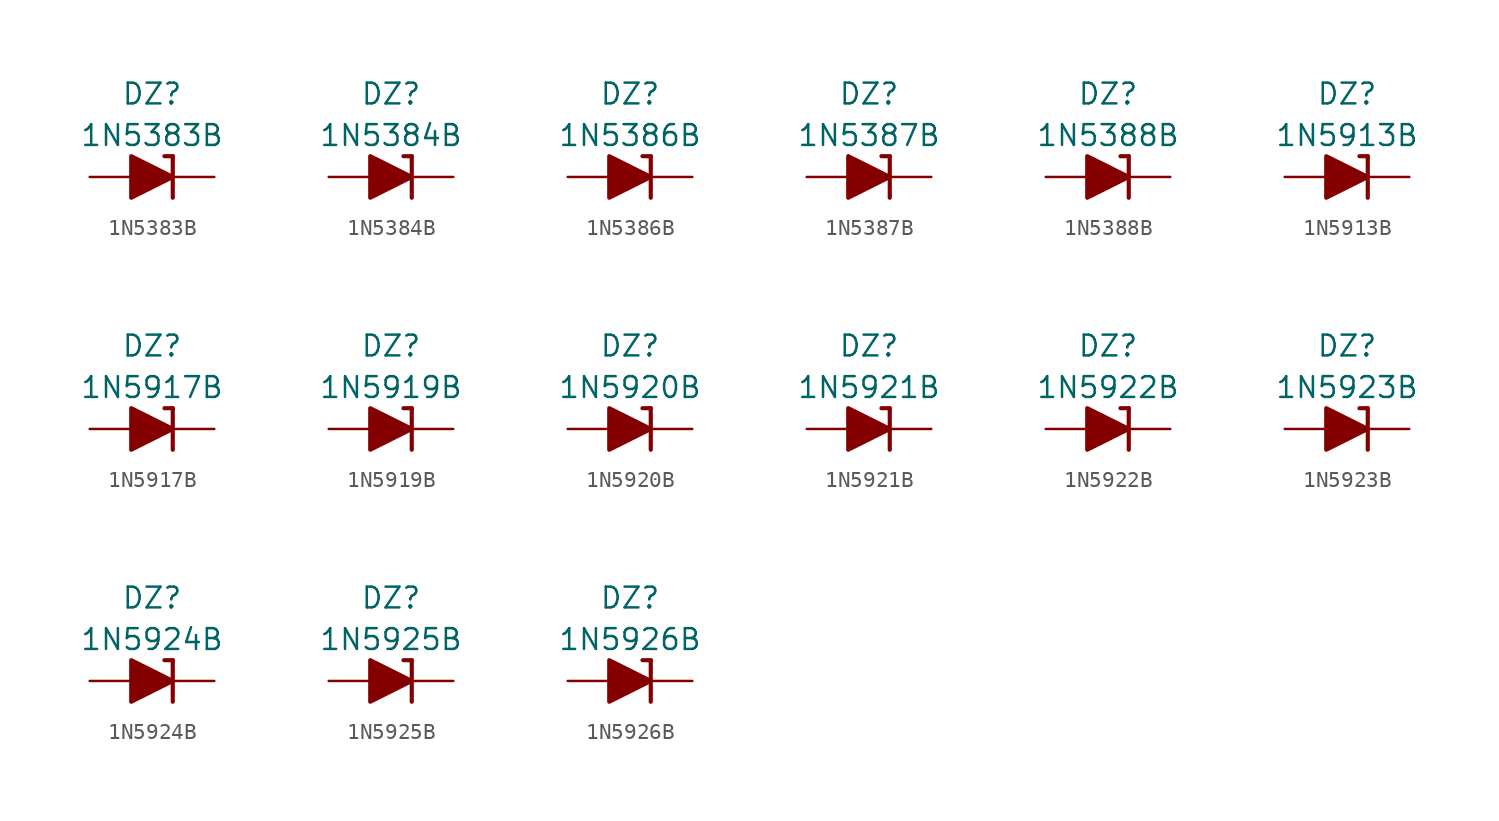
<source format=kicad_sym>
(kicad_symbol_lib
  (version 20211014)
  (generator kicad_symbol_editor)
  (symbol "1N5383B"
    (pin_numbers hide)
    (pin_names
      (offset 1.016) hide)
    (property "Reference" "DZ"
      (at 0 5.08 0)
      (effects (font (size 1.27 1.27))))
    (property "Value" "1N5383B"
      (at 0 2.54 0)
      (effects (font (size 1.27 1.27))))
    (symbol "1N5383B_0_1"
      (polyline (pts (xy -1.27 0) (xy 1.27 0)) (stroke (width 0) (type default) (color 0 0 0 0)) (fill (type none)))
      (polyline (pts (xy 1.27 1.27) (xy 0.762 1.27)) (stroke (width 0.254) (type default) (color 0 0 0 0)) (fill (type none)))
      (polyline (pts (xy 1.27 1.27) (xy 1.27 -1.27)) (stroke (width 0.254) (type default) (color 0 0 0 0)) (fill (type none)))
      (polyline (pts (xy -1.27 -1.27) (xy -1.27 1.27) (xy 1.27 0) (xy -1.27 -1.27)) (stroke (width 0.254) (type default) (color 0 0 0 0)) (fill (type outline))))
    (symbol "1N5383B_1_1"
      (pin passive line (at 3.81 0 180) (length 2.54) (name "K" (effects (font (size 1.27 1.27)))) (number "1" (effects (font (size 1.27 1.27)))))
      (pin passive line (at -3.81 0 0) (length 2.54) (name "A" (effects (font (size 1.27 1.27)))) (number "2" (effects (font (size 1.27 1.27)))))))
  (symbol "1N5384B"
    (pin_numbers hide)
    (pin_names
      (offset 1.016) hide)
    (property "Reference" "DZ"
      (at 0 5.08 0)
      (effects (font (size 1.27 1.27))))
    (property "Value" "1N5384B"
      (at 0 2.54 0)
      (effects (font (size 1.27 1.27))))
    (symbol "1N5384B_0_1"
      (polyline (pts (xy -1.27 0) (xy 1.27 0)) (stroke (width 0) (type default) (color 0 0 0 0)) (fill (type none)))
      (polyline (pts (xy 1.27 1.27) (xy 0.762 1.27)) (stroke (width 0.254) (type default) (color 0 0 0 0)) (fill (type none)))
      (polyline (pts (xy 1.27 1.27) (xy 1.27 -1.27)) (stroke (width 0.254) (type default) (color 0 0 0 0)) (fill (type none)))
      (polyline (pts (xy -1.27 -1.27) (xy -1.27 1.27) (xy 1.27 0) (xy -1.27 -1.27)) (stroke (width 0.254) (type default) (color 0 0 0 0)) (fill (type outline))))
    (symbol "1N5384B_1_1"
      (pin passive line (at 3.81 0 180) (length 2.54) (name "K" (effects (font (size 1.27 1.27)))) (number "1" (effects (font (size 1.27 1.27)))))
      (pin passive line (at -3.81 0 0) (length 2.54) (name "A" (effects (font (size 1.27 1.27)))) (number "2" (effects (font (size 1.27 1.27)))))))
  (symbol "1N5386B"
    (pin_numbers hide)
    (pin_names
      (offset 1.016) hide)
    (property "Reference" "DZ"
      (at 0 5.08 0)
      (effects (font (size 1.27 1.27))))
    (property "Value" "1N5386B"
      (at 0 2.54 0)
      (effects (font (size 1.27 1.27))))
    (symbol "1N5386B_0_1"
      (polyline (pts (xy -1.27 0) (xy 1.27 0)) (stroke (width 0) (type default) (color 0 0 0 0)) (fill (type none)))
      (polyline (pts (xy 1.27 1.27) (xy 0.762 1.27)) (stroke (width 0.254) (type default) (color 0 0 0 0)) (fill (type none)))
      (polyline (pts (xy 1.27 1.27) (xy 1.27 -1.27)) (stroke (width 0.254) (type default) (color 0 0 0 0)) (fill (type none)))
      (polyline (pts (xy -1.27 -1.27) (xy -1.27 1.27) (xy 1.27 0) (xy -1.27 -1.27)) (stroke (width 0.254) (type default) (color 0 0 0 0)) (fill (type outline))))
    (symbol "1N5386B_1_1"
      (pin passive line (at 3.81 0 180) (length 2.54) (name "K" (effects (font (size 1.27 1.27)))) (number "1" (effects (font (size 1.27 1.27)))))
      (pin passive line (at -3.81 0 0) (length 2.54) (name "A" (effects (font (size 1.27 1.27)))) (number "2" (effects (font (size 1.27 1.27)))))))
  (symbol "1N5387B"
    (pin_numbers hide)
    (pin_names
      (offset 1.016) hide)
    (property "Reference" "DZ"
      (at 0 5.08 0)
      (effects (font (size 1.27 1.27))))
    (property "Value" "1N5387B"
      (at 0 2.54 0)
      (effects (font (size 1.27 1.27))))
    (symbol "1N5387B_0_1"
      (polyline (pts (xy -1.27 0) (xy 1.27 0)) (stroke (width 0) (type default) (color 0 0 0 0)) (fill (type none)))
      (polyline (pts (xy 1.27 1.27) (xy 0.762 1.27)) (stroke (width 0.254) (type default) (color 0 0 0 0)) (fill (type none)))
      (polyline (pts (xy 1.27 1.27) (xy 1.27 -1.27)) (stroke (width 0.254) (type default) (color 0 0 0 0)) (fill (type none)))
      (polyline (pts (xy -1.27 -1.27) (xy -1.27 1.27) (xy 1.27 0) (xy -1.27 -1.27)) (stroke (width 0.254) (type default) (color 0 0 0 0)) (fill (type outline))))
    (symbol "1N5387B_1_1"
      (pin passive line (at 3.81 0 180) (length 2.54) (name "K" (effects (font (size 1.27 1.27)))) (number "1" (effects (font (size 1.27 1.27)))))
      (pin passive line (at -3.81 0 0) (length 2.54) (name "A" (effects (font (size 1.27 1.27)))) (number "2" (effects (font (size 1.27 1.27)))))))
  (symbol "1N5388B"
    (pin_numbers hide)
    (pin_names
      (offset 1.016) hide)
    (property "Reference" "DZ"
      (at 0 5.08 0)
      (effects (font (size 1.27 1.27))))
    (property "Value" "1N5388B"
      (at 0 2.54 0)
      (effects (font (size 1.27 1.27))))
    (symbol "1N5388B_0_1"
      (polyline (pts (xy -1.27 0) (xy 1.27 0)) (stroke (width 0) (type default) (color 0 0 0 0)) (fill (type none)))
      (polyline (pts (xy 1.27 1.27) (xy 0.762 1.27)) (stroke (width 0.254) (type default) (color 0 0 0 0)) (fill (type none)))
      (polyline (pts (xy 1.27 1.27) (xy 1.27 -1.27)) (stroke (width 0.254) (type default) (color 0 0 0 0)) (fill (type none)))
      (polyline (pts (xy -1.27 -1.27) (xy -1.27 1.27) (xy 1.27 0) (xy -1.27 -1.27)) (stroke (width 0.254) (type default) (color 0 0 0 0)) (fill (type outline))))
    (symbol "1N5388B_1_1"
      (pin passive line (at 3.81 0 180) (length 2.54) (name "K" (effects (font (size 1.27 1.27)))) (number "1" (effects (font (size 1.27 1.27)))))
      (pin passive line (at -3.81 0 0) (length 2.54) (name "A" (effects (font (size 1.27 1.27)))) (number "2" (effects (font (size 1.27 1.27)))))))
  (symbol "1N5913B"
    (pin_numbers hide)
    (pin_names
      (offset 1.016) hide)
    (property "Reference" "DZ"
      (at 0 5.08 0)
      (effects (font (size 1.27 1.27))))
    (property "Value" "1N5913B"
      (at 0 2.54 0)
      (effects (font (size 1.27 1.27))))
    (symbol "1N5913B_0_1"
      (polyline (pts (xy -1.27 0) (xy 1.27 0)) (stroke (width 0) (type default) (color 0 0 0 0)) (fill (type none)))
      (polyline (pts (xy 1.27 1.27) (xy 0.762 1.27)) (stroke (width 0.254) (type default) (color 0 0 0 0)) (fill (type none)))
      (polyline (pts (xy 1.27 1.27) (xy 1.27 -1.27)) (stroke (width 0.254) (type default) (color 0 0 0 0)) (fill (type none)))
      (polyline (pts (xy -1.27 -1.27) (xy -1.27 1.27) (xy 1.27 0) (xy -1.27 -1.27)) (stroke (width 0.254) (type default) (color 0 0 0 0)) (fill (type outline))))
    (symbol "1N5913B_1_1"
      (pin passive line (at 3.81 0 180) (length 2.54) (name "K" (effects (font (size 1.27 1.27)))) (number "1" (effects (font (size 1.27 1.27)))))
      (pin passive line (at -3.81 0 0) (length 2.54) (name "A" (effects (font (size 1.27 1.27)))) (number "2" (effects (font (size 1.27 1.27)))))))
  (symbol "1N5917B"
    (pin_numbers hide)
    (pin_names
      (offset 1.016) hide)
    (property "Reference" "DZ"
      (at 0 5.08 0)
      (effects (font (size 1.27 1.27))))
    (property "Value" "1N5917B"
      (at 0 2.54 0)
      (effects (font (size 1.27 1.27))))
    (symbol "1N5917B_0_1"
      (polyline (pts (xy -1.27 0) (xy 1.27 0)) (stroke (width 0) (type default) (color 0 0 0 0)) (fill (type none)))
      (polyline (pts (xy 1.27 1.27) (xy 0.762 1.27)) (stroke (width 0.254) (type default) (color 0 0 0 0)) (fill (type none)))
      (polyline (pts (xy 1.27 1.27) (xy 1.27 -1.27)) (stroke (width 0.254) (type default) (color 0 0 0 0)) (fill (type none)))
      (polyline (pts (xy -1.27 -1.27) (xy -1.27 1.27) (xy 1.27 0) (xy -1.27 -1.27)) (stroke (width 0.254) (type default) (color 0 0 0 0)) (fill (type outline))))
    (symbol "1N5917B_1_1"
      (pin passive line (at 3.81 0 180) (length 2.54) (name "K" (effects (font (size 1.27 1.27)))) (number "1" (effects (font (size 1.27 1.27)))))
      (pin passive line (at -3.81 0 0) (length 2.54) (name "A" (effects (font (size 1.27 1.27)))) (number "2" (effects (font (size 1.27 1.27)))))))
  (symbol "1N5919B"
    (pin_numbers hide)
    (pin_names
      (offset 1.016) hide)
    (property "Reference" "DZ"
      (at 0 5.08 0)
      (effects (font (size 1.27 1.27))))
    (property "Value" "1N5919B"
      (at 0 2.54 0)
      (effects (font (size 1.27 1.27))))
    (symbol "1N5919B_0_1"
      (polyline (pts (xy -1.27 0) (xy 1.27 0)) (stroke (width 0) (type default) (color 0 0 0 0)) (fill (type none)))
      (polyline (pts (xy 1.27 1.27) (xy 0.762 1.27)) (stroke (width 0.254) (type default) (color 0 0 0 0)) (fill (type none)))
      (polyline (pts (xy 1.27 1.27) (xy 1.27 -1.27)) (stroke (width 0.254) (type default) (color 0 0 0 0)) (fill (type none)))
      (polyline (pts (xy -1.27 -1.27) (xy -1.27 1.27) (xy 1.27 0) (xy -1.27 -1.27)) (stroke (width 0.254) (type default) (color 0 0 0 0)) (fill (type outline))))
    (symbol "1N5919B_1_1"
      (pin passive line (at 3.81 0 180) (length 2.54) (name "K" (effects (font (size 1.27 1.27)))) (number "1" (effects (font (size 1.27 1.27)))))
      (pin passive line (at -3.81 0 0) (length 2.54) (name "A" (effects (font (size 1.27 1.27)))) (number "2" (effects (font (size 1.27 1.27)))))))
  (symbol "1N5920B"
    (pin_numbers hide)
    (pin_names
      (offset 1.016) hide)
    (property "Reference" "DZ"
      (at 0 5.08 0)
      (effects (font (size 1.27 1.27))))
    (property "Value" "1N5920B"
      (at 0 2.54 0)
      (effects (font (size 1.27 1.27))))
    (symbol "1N5920B_0_1"
      (polyline (pts (xy -1.27 0) (xy 1.27 0)) (stroke (width 0) (type default) (color 0 0 0 0)) (fill (type none)))
      (polyline (pts (xy 1.27 1.27) (xy 0.762 1.27)) (stroke (width 0.254) (type default) (color 0 0 0 0)) (fill (type none)))
      (polyline (pts (xy 1.27 1.27) (xy 1.27 -1.27)) (stroke (width 0.254) (type default) (color 0 0 0 0)) (fill (type none)))
      (polyline (pts (xy -1.27 -1.27) (xy -1.27 1.27) (xy 1.27 0) (xy -1.27 -1.27)) (stroke (width 0.254) (type default) (color 0 0 0 0)) (fill (type outline))))
    (symbol "1N5920B_1_1"
      (pin passive line (at 3.81 0 180) (length 2.54) (name "K" (effects (font (size 1.27 1.27)))) (number "1" (effects (font (size 1.27 1.27)))))
      (pin passive line (at -3.81 0 0) (length 2.54) (name "A" (effects (font (size 1.27 1.27)))) (number "2" (effects (font (size 1.27 1.27)))))))
  (symbol "1N5921B"
    (pin_numbers hide)
    (pin_names
      (offset 1.016) hide)
    (property "Reference" "DZ"
      (at 0 5.08 0)
      (effects (font (size 1.27 1.27))))
    (property "Value" "1N5921B"
      (at 0 2.54 0)
      (effects (font (size 1.27 1.27))))
    (symbol "1N5921B_0_1"
      (polyline (pts (xy -1.27 0) (xy 1.27 0)) (stroke (width 0) (type default) (color 0 0 0 0)) (fill (type none)))
      (polyline (pts (xy 1.27 1.27) (xy 0.762 1.27)) (stroke (width 0.254) (type default) (color 0 0 0 0)) (fill (type none)))
      (polyline (pts (xy 1.27 1.27) (xy 1.27 -1.27)) (stroke (width 0.254) (type default) (color 0 0 0 0)) (fill (type none)))
      (polyline (pts (xy -1.27 -1.27) (xy -1.27 1.27) (xy 1.27 0) (xy -1.27 -1.27)) (stroke (width 0.254) (type default) (color 0 0 0 0)) (fill (type outline))))
    (symbol "1N5921B_1_1"
      (pin passive line (at 3.81 0 180) (length 2.54) (name "K" (effects (font (size 1.27 1.27)))) (number "1" (effects (font (size 1.27 1.27)))))
      (pin passive line (at -3.81 0 0) (length 2.54) (name "A" (effects (font (size 1.27 1.27)))) (number "2" (effects (font (size 1.27 1.27)))))))
  (symbol "1N5922B"
    (pin_numbers hide)
    (pin_names
      (offset 1.016) hide)
    (property "Reference" "DZ"
      (at 0 5.08 0)
      (effects (font (size 1.27 1.27))))
    (property "Value" "1N5922B"
      (at 0 2.54 0)
      (effects (font (size 1.27 1.27))))
    (symbol "1N5922B_0_1"
      (polyline (pts (xy -1.27 0) (xy 1.27 0)) (stroke (width 0) (type default) (color 0 0 0 0)) (fill (type none)))
      (polyline (pts (xy 1.27 1.27) (xy 0.762 1.27)) (stroke (width 0.254) (type default) (color 0 0 0 0)) (fill (type none)))
      (polyline (pts (xy 1.27 1.27) (xy 1.27 -1.27)) (stroke (width 0.254) (type default) (color 0 0 0 0)) (fill (type none)))
      (polyline (pts (xy -1.27 -1.27) (xy -1.27 1.27) (xy 1.27 0) (xy -1.27 -1.27)) (stroke (width 0.254) (type default) (color 0 0 0 0)) (fill (type outline))))
    (symbol "1N5922B_1_1"
      (pin passive line (at 3.81 0 180) (length 2.54) (name "K" (effects (font (size 1.27 1.27)))) (number "1" (effects (font (size 1.27 1.27)))))
      (pin passive line (at -3.81 0 0) (length 2.54) (name "A" (effects (font (size 1.27 1.27)))) (number "2" (effects (font (size 1.27 1.27)))))))
  (symbol "1N5923B"
    (pin_numbers hide)
    (pin_names
      (offset 1.016) hide)
    (property "Reference" "DZ"
      (at 0 5.08 0)
      (effects (font (size 1.27 1.27))))
    (property "Value" "1N5923B"
      (at 0 2.54 0)
      (effects (font (size 1.27 1.27))))
    (symbol "1N5923B_0_1"
      (polyline (pts (xy -1.27 0) (xy 1.27 0)) (stroke (width 0) (type default) (color 0 0 0 0)) (fill (type none)))
      (polyline (pts (xy 1.27 1.27) (xy 0.762 1.27)) (stroke (width 0.254) (type default) (color 0 0 0 0)) (fill (type none)))
      (polyline (pts (xy 1.27 1.27) (xy 1.27 -1.27)) (stroke (width 0.254) (type default) (color 0 0 0 0)) (fill (type none)))
      (polyline (pts (xy -1.27 -1.27) (xy -1.27 1.27) (xy 1.27 0) (xy -1.27 -1.27)) (stroke (width 0.254) (type default) (color 0 0 0 0)) (fill (type outline))))
    (symbol "1N5923B_1_1"
      (pin passive line (at 3.81 0 180) (length 2.54) (name "K" (effects (font (size 1.27 1.27)))) (number "1" (effects (font (size 1.27 1.27)))))
      (pin passive line (at -3.81 0 0) (length 2.54) (name "A" (effects (font (size 1.27 1.27)))) (number "2" (effects (font (size 1.27 1.27)))))))
  (symbol "1N5924B"
    (pin_numbers hide)
    (pin_names
      (offset 1.016) hide)
    (property "Reference" "DZ"
      (at 0 5.08 0)
      (effects (font (size 1.27 1.27))))
    (property "Value" "1N5924B"
      (at 0 2.54 0)
      (effects (font (size 1.27 1.27))))
    (symbol "1N5924B_0_1"
      (polyline (pts (xy -1.27 0) (xy 1.27 0)) (stroke (width 0) (type default) (color 0 0 0 0)) (fill (type none)))
      (polyline (pts (xy 1.27 1.27) (xy 0.762 1.27)) (stroke (width 0.254) (type default) (color 0 0 0 0)) (fill (type none)))
      (polyline (pts (xy 1.27 1.27) (xy 1.27 -1.27)) (stroke (width 0.254) (type default) (color 0 0 0 0)) (fill (type none)))
      (polyline (pts (xy -1.27 -1.27) (xy -1.27 1.27) (xy 1.27 0) (xy -1.27 -1.27)) (stroke (width 0.254) (type default) (color 0 0 0 0)) (fill (type outline))))
    (symbol "1N5924B_1_1"
      (pin passive line (at 3.81 0 180) (length 2.54) (name "K" (effects (font (size 1.27 1.27)))) (number "1" (effects (font (size 1.27 1.27)))))
      (pin passive line (at -3.81 0 0) (length 2.54) (name "A" (effects (font (size 1.27 1.27)))) (number "2" (effects (font (size 1.27 1.27)))))))
  (symbol "1N5925B"
    (pin_numbers hide)
    (pin_names
      (offset 1.016) hide)
    (property "Reference" "DZ"
      (at 0 5.08 0)
      (effects (font (size 1.27 1.27))))
    (property "Value" "1N5925B"
      (at 0 2.54 0)
      (effects (font (size 1.27 1.27))))
    (symbol "1N5925B_0_1"
      (polyline (pts (xy -1.27 0) (xy 1.27 0)) (stroke (width 0) (type default) (color 0 0 0 0)) (fill (type none)))
      (polyline (pts (xy 1.27 1.27) (xy 0.762 1.27)) (stroke (width 0.254) (type default) (color 0 0 0 0)) (fill (type none)))
      (polyline (pts (xy 1.27 1.27) (xy 1.27 -1.27)) (stroke (width 0.254) (type default) (color 0 0 0 0)) (fill (type none)))
      (polyline (pts (xy -1.27 -1.27) (xy -1.27 1.27) (xy 1.27 0) (xy -1.27 -1.27)) (stroke (width 0.254) (type default) (color 0 0 0 0)) (fill (type outline))))
    (symbol "1N5925B_1_1"
      (pin passive line (at 3.81 0 180) (length 2.54) (name "K" (effects (font (size 1.27 1.27)))) (number "1" (effects (font (size 1.27 1.27)))))
      (pin passive line (at -3.81 0 0) (length 2.54) (name "A" (effects (font (size 1.27 1.27)))) (number "2" (effects (font (size 1.27 1.27)))))))
  (symbol "1N5926B"
    (pin_numbers hide)
    (pin_names
      (offset 1.016) hide)
    (property "Reference" "DZ"
      (at 0 5.08 0)
      (effects (font (size 1.27 1.27))))
    (property "Value" "1N5926B"
      (at 0 2.54 0)
      (effects (font (size 1.27 1.27))))
    (symbol "1N5926B_0_1"
      (polyline (pts (xy -1.27 0) (xy 1.27 0)) (stroke (width 0) (type default) (color 0 0 0 0)) (fill (type none)))
      (polyline (pts (xy 1.27 1.27) (xy 0.762 1.27)) (stroke (width 0.254) (type default) (color 0 0 0 0)) (fill (type none)))
      (polyline (pts (xy 1.27 1.27) (xy 1.27 -1.27)) (stroke (width 0.254) (type default) (color 0 0 0 0)) (fill (type none)))
      (polyline (pts (xy -1.27 -1.27) (xy -1.27 1.27) (xy 1.27 0) (xy -1.27 -1.27)) (stroke (width 0.254) (type default) (color 0 0 0 0)) (fill (type outline))))
    (symbol "1N5926B_1_1"
      (pin passive line (at 3.81 0 180) (length 2.54) (name "K" (effects (font (size 1.27 1.27)))) (number "1" (effects (font (size 1.27 1.27)))))
      (pin passive line (at -3.81 0 0) (length 2.54) (name "A" (effects (font (size 1.27 1.27)))) (number "2" (effects (font (size 1.27 1.27))))))))
</source>
